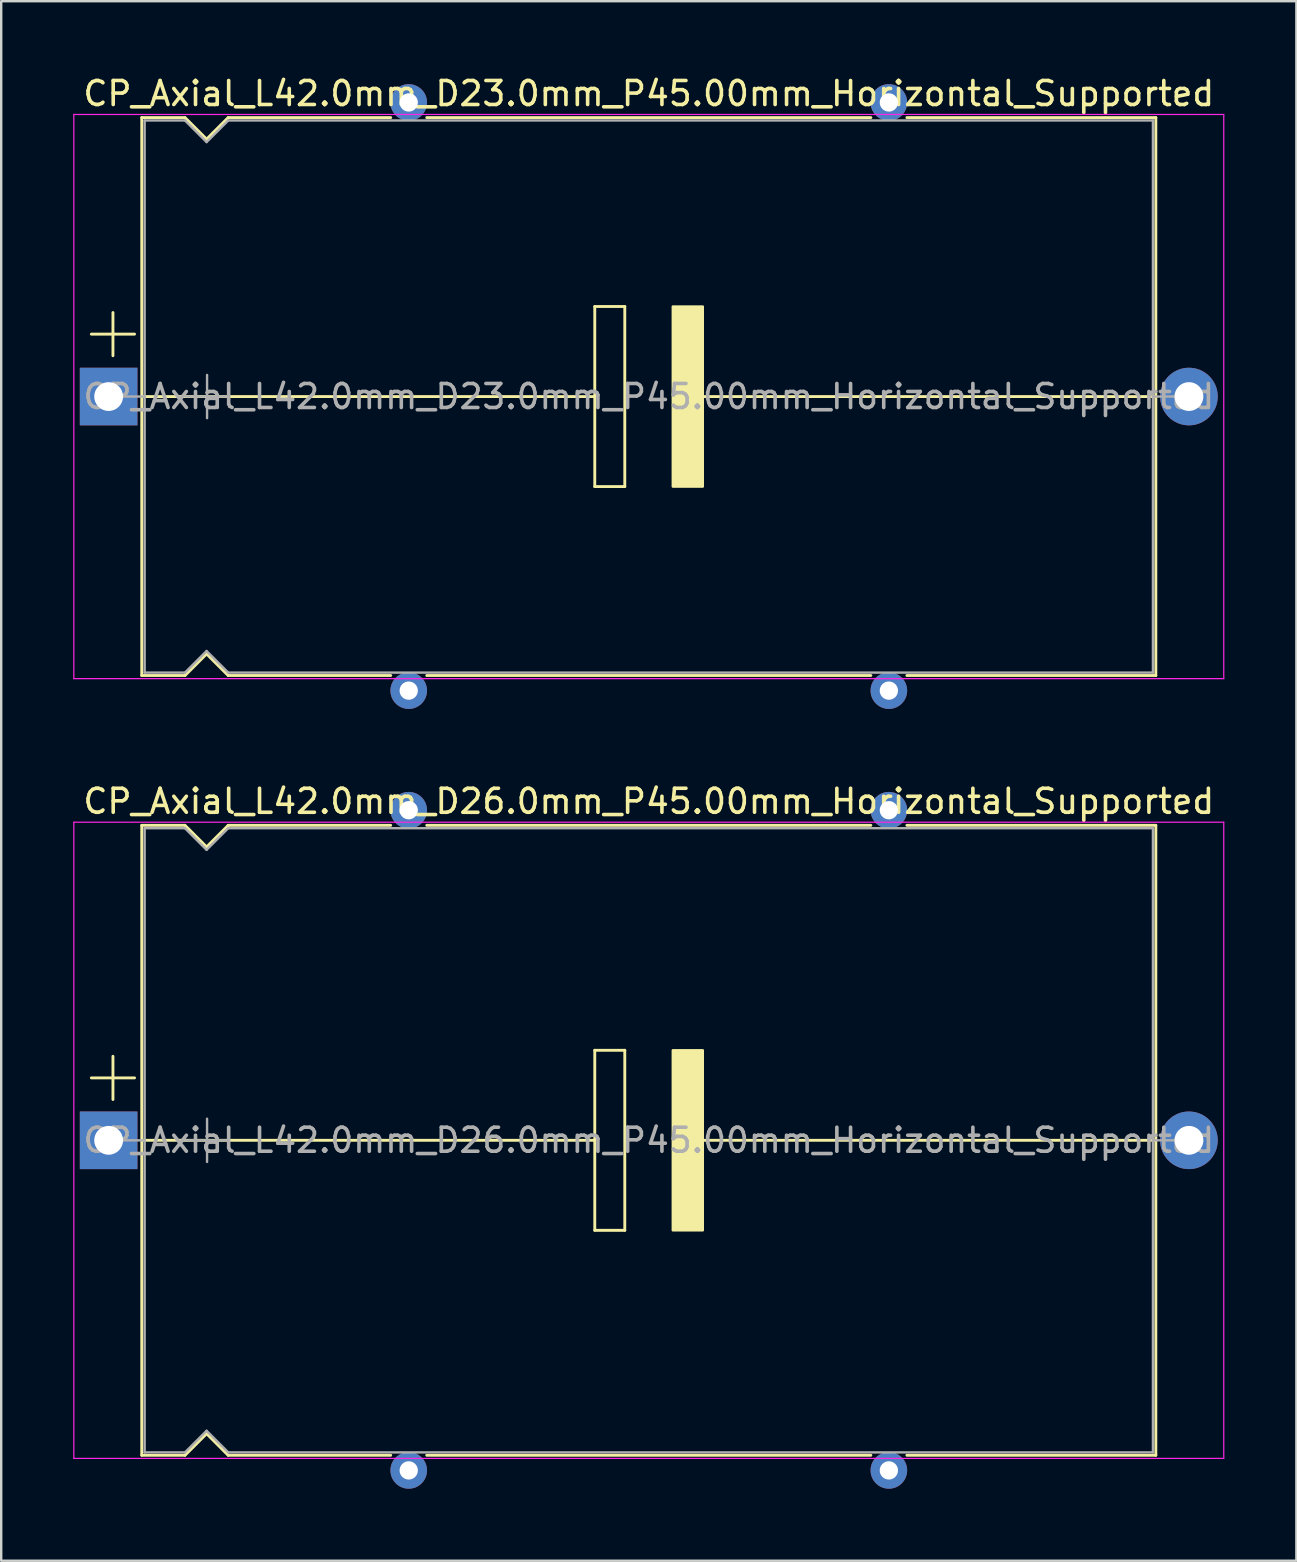
<source format=kicad_pcb>
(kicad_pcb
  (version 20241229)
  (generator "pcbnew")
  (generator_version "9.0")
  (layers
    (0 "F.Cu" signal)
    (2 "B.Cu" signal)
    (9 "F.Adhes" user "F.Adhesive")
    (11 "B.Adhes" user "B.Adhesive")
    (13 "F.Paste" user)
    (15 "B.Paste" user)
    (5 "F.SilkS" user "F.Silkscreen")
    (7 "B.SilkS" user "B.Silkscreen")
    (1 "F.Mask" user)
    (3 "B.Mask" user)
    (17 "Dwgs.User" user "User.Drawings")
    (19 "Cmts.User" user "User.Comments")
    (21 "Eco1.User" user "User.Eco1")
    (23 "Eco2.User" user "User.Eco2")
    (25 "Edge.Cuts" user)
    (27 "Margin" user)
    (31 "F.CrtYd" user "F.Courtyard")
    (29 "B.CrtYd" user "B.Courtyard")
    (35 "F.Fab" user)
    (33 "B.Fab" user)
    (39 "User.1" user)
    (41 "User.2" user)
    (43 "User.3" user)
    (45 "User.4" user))
  (footprint "CP_Axial_L42.0mm_D26.0mm_P45.00mm_Horizontal_Supported"
    (layer "F.Cu")
    (at 1.475 44.449)
    (property "Reference" "CP_Axial_L42.0mm_D26.0mm_P45.00mm_Horizontal_Supported" (at 22.5 -14.12 0) (layer "F.SilkS") (effects (font (size 1 1) (thickness 0.15))))
    (attr through_hole)
    (fp_line (start -0.72 -2.6) (end 1.08 -2.6) (stroke (width 0.12) (type solid)) (layer "F.SilkS"))
    (fp_line (start 0.18 -3.5) (end 0.18 -1.7) (stroke (width 0.12) (type solid)) (layer "F.SilkS"))
    (fp_line (start 1.38 -13.12) (end 1.38 13.12) (stroke (width 0.12) (type solid)) (layer "F.SilkS"))
    (fp_line (start 1.38 -13.12) (end 3.18 -13.12) (stroke (width 0.12) (type solid)) (layer "F.SilkS"))
    (fp_line (start 1.38 13.12) (end 3.18 13.12) (stroke (width 0.12) (type solid)) (layer "F.SilkS"))
    (fp_line (start 1.397 0) (end 20.25 0) (stroke (width 0.12) (type solid)) (layer "F.SilkS"))
    (fp_line (start 3.18 -13.12) (end 4.08 -12.22) (stroke (width 0.12) (type solid)) (layer "F.SilkS"))
    (fp_line (start 3.18 13.12) (end 4.08 12.22) (stroke (width 0.12) (type solid)) (layer "F.SilkS"))
    (fp_line (start 4.08 -12.22) (end 4.98 -13.12) (stroke (width 0.12) (type solid)) (layer "F.SilkS"))
    (fp_line (start 4.08 12.22) (end 4.98 13.12) (stroke (width 0.12) (type solid)) (layer "F.SilkS"))
    (fp_line (start 4.98 -13.12) (end 11.75 -13.12) (stroke (width 0.12) (type solid)) (layer "F.SilkS"))
    (fp_line (start 4.98 13.12) (end 11.75 13.12) (stroke (width 0.12) (type solid)) (layer "F.SilkS"))
    (fp_line (start 13.25 -13.12) (end 31.75 -13.12) (stroke (width 0.12) (type solid)) (layer "F.SilkS"))
    (fp_line (start 13.25 13.12) (end 31.75 13.12) (stroke (width 0.12) (type solid)) (layer "F.SilkS"))
    (fp_line (start 20.25 -3.75) (end 21.5 -3.75) (stroke (width 0.12) (type solid)) (layer "F.SilkS"))
    (fp_line (start 20.25 0) (end 20.25 -3.75) (stroke (width 0.12) (type solid)) (layer "F.SilkS"))
    (fp_line (start 20.25 3.75) (end 20.25 0) (stroke (width 0.12) (type solid)) (layer "F.SilkS"))
    (fp_line (start 21.5 -3.75) (end 21.5 3.75) (stroke (width 0.12) (type solid)) (layer "F.SilkS"))
    (fp_line (start 21.5 3.75) (end 20.25 3.75) (stroke (width 0.12) (type solid)) (layer "F.SilkS"))
    (fp_line (start 24.75 0) (end 43.561 0) (stroke (width 0.12) (type solid)) (layer "F.SilkS"))
    (fp_line (start 33.25 -13.12) (end 43.62 -13.12) (stroke (width 0.12) (type solid)) (layer "F.SilkS"))
    (fp_line (start 33.25 13.12) (end 43.62 13.12) (stroke (width 0.12) (type solid)) (layer "F.SilkS"))
    (fp_line (start 43.62 -13.12) (end 43.62 13.12) (stroke (width 0.12) (type solid)) (layer "F.SilkS"))
    (fp_poly (pts (xy 24.75 3.75) (xy 23.5 3.75) (xy 23.5 -3.75) (xy 24.75 -3.75)) (stroke (width 0.1) (type solid)) (fill yes) (layer "F.SilkS"))
    (fp_line (start -1.45 -13.25) (end -1.45 13.25) (stroke (width 0.05) (type solid)) (layer "F.CrtYd"))
    (fp_line (start -1.45 13.25) (end 46.45 13.25) (stroke (width 0.05) (type solid)) (layer "F.CrtYd"))
    (fp_line (start 46.45 -13.25) (end -1.45 -13.25) (stroke (width 0.05) (type solid)) (layer "F.CrtYd"))
    (fp_line (start 46.45 13.25) (end 46.45 -13.25) (stroke (width 0.05) (type solid)) (layer "F.CrtYd"))
    (fp_line (start 0 0) (end 1.5 0) (stroke (width 0.1) (type solid)) (layer "F.Fab"))
    (fp_line (start 1.5 -13) (end 1.5 13) (stroke (width 0.1) (type solid)) (layer "F.Fab"))
    (fp_line (start 1.5 -13) (end 3.18 -13) (stroke (width 0.1) (type solid)) (layer "F.Fab"))
    (fp_line (start 1.5 13) (end 3.18 13) (stroke (width 0.1) (type solid)) (layer "F.Fab"))
    (fp_line (start 3.18 -13) (end 4.08 -12.1) (stroke (width 0.1) (type solid)) (layer "F.Fab"))
    (fp_line (start 3.18 13) (end 4.08 12.1) (stroke (width 0.1) (type solid)) (layer "F.Fab"))
    (fp_line (start 3.2 0) (end 5 0) (stroke (width 0.1) (type solid)) (layer "F.Fab"))
    (fp_line (start 4.08 -12.1) (end 4.98 -13) (stroke (width 0.1) (type solid)) (layer "F.Fab"))
    (fp_line (start 4.08 12.1) (end 4.98 13) (stroke (width 0.1) (type solid)) (layer "F.Fab"))
    (fp_line (start 4.1 -0.9) (end 4.1 0.9) (stroke (width 0.1) (type solid)) (layer "F.Fab"))
    (fp_line (start 4.98 -13) (end 43.5 -13) (stroke (width 0.1) (type solid)) (layer "F.Fab"))
    (fp_line (start 4.98 13) (end 43.5 13) (stroke (width 0.1) (type solid)) (layer "F.Fab"))
    (fp_line (start 43.5 -13) (end 43.5 13) (stroke (width 0.1) (type solid)) (layer "F.Fab"))
    (fp_line (start 45 0) (end 43.5 0) (stroke (width 0.1) (type solid)) (layer "F.Fab"))
    (fp_text user "${REFERENCE}" (at 22.5 0 0) (layer "F.Fab") (effects (font (size 1 1) (thickness 0.15))))
    (pad "" thru_hole circle (at 12.5 -13.75) (size 1.524 1.524) (drill 0.762) (layers "*.Cu" "*.Mask"))
    (pad "" thru_hole circle (at 12.5 13.75) (size 1.524 1.524) (drill 0.762) (layers "*.Cu" "*.Mask"))
    (pad "" thru_hole circle (at 32.5 -13.75) (size 1.524 1.524) (drill 0.762) (layers "*.Cu" "*.Mask"))
    (pad "" thru_hole circle (at 32.5 13.75) (size 1.524 1.524) (drill 0.762) (layers "*.Cu" "*.Mask"))
    (pad "1" thru_hole rect (at 0 0) (size 2.4 2.4) (drill 1.2) (layers "*.Cu" "*.Mask"))
    (pad "2" thru_hole oval (at 45 0) (size 2.4 2.4) (drill 1.2) (layers "*.Cu" "*.Mask")))
  (footprint "CP_Axial_L42.0mm_D23.0mm_P45.00mm_Horizontal_Supported"
    (layer "F.Cu")
    (at 1.475 13.468)
    (property "Reference" "CP_Axial_L42.0mm_D23.0mm_P45.00mm_Horizontal_Supported" (at 22.5 -12.62 0) (layer "F.SilkS") (effects (font (size 1 1) (thickness 0.15))))
    (attr through_hole)
    (fp_line (start -0.72 -2.6) (end 1.08 -2.6) (stroke (width 0.12) (type solid)) (layer "F.SilkS"))
    (fp_line (start 0.18 -3.5) (end 0.18 -1.7) (stroke (width 0.12) (type solid)) (layer "F.SilkS"))
    (fp_line (start 1.38 -11.62) (end 1.38 11.62) (stroke (width 0.12) (type solid)) (layer "F.SilkS"))
    (fp_line (start 1.38 -11.62) (end 3.18 -11.62) (stroke (width 0.12) (type solid)) (layer "F.SilkS"))
    (fp_line (start 1.38 11.62) (end 3.18 11.62) (stroke (width 0.12) (type solid)) (layer "F.SilkS"))
    (fp_line (start 1.397 0) (end 20.25 0) (stroke (width 0.12) (type solid)) (layer "F.SilkS"))
    (fp_line (start 3.18 -11.62) (end 4.08 -10.72) (stroke (width 0.12) (type solid)) (layer "F.SilkS"))
    (fp_line (start 3.18 11.62) (end 4.08 10.72) (stroke (width 0.12) (type solid)) (layer "F.SilkS"))
    (fp_line (start 4.08 -10.72) (end 4.98 -11.62) (stroke (width 0.12) (type solid)) (layer "F.SilkS"))
    (fp_line (start 4.08 10.72) (end 4.98 11.62) (stroke (width 0.12) (type solid)) (layer "F.SilkS"))
    (fp_line (start 4.98 -11.62) (end 11.75 -11.62) (stroke (width 0.12) (type solid)) (layer "F.SilkS"))
    (fp_line (start 4.98 11.62) (end 11.75 11.62) (stroke (width 0.12) (type solid)) (layer "F.SilkS"))
    (fp_line (start 13.25 -11.62) (end 31.75 -11.62) (stroke (width 0.12) (type solid)) (layer "F.SilkS"))
    (fp_line (start 13.25 11.62) (end 31.75 11.62) (stroke (width 0.12) (type solid)) (layer "F.SilkS"))
    (fp_line (start 20.25 -3.75) (end 21.5 -3.75) (stroke (width 0.12) (type solid)) (layer "F.SilkS"))
    (fp_line (start 20.25 0) (end 20.25 -3.75) (stroke (width 0.12) (type solid)) (layer "F.SilkS"))
    (fp_line (start 20.25 3.75) (end 20.25 0) (stroke (width 0.12) (type solid)) (layer "F.SilkS"))
    (fp_line (start 21.5 -3.75) (end 21.5 3.75) (stroke (width 0.12) (type solid)) (layer "F.SilkS"))
    (fp_line (start 21.5 3.75) (end 20.25 3.75) (stroke (width 0.12) (type solid)) (layer "F.SilkS"))
    (fp_line (start 24.75 0) (end 43.561 0) (stroke (width 0.12) (type solid)) (layer "F.SilkS"))
    (fp_line (start 33.25 -11.62) (end 43.62 -11.62) (stroke (width 0.12) (type solid)) (layer "F.SilkS"))
    (fp_line (start 33.25 11.62) (end 43.62 11.62) (stroke (width 0.12) (type solid)) (layer "F.SilkS"))
    (fp_line (start 43.62 -11.62) (end 43.62 11.62) (stroke (width 0.12) (type solid)) (layer "F.SilkS"))
    (fp_poly (pts (xy 24.75 3.75) (xy 23.5 3.75) (xy 23.5 -3.75) (xy 24.75 -3.75)) (stroke (width 0.1) (type solid)) (fill yes) (layer "F.SilkS"))
    (fp_line (start -1.45 -11.75) (end -1.45 11.75) (stroke (width 0.05) (type solid)) (layer "F.CrtYd"))
    (fp_line (start -1.45 11.75) (end 46.45 11.75) (stroke (width 0.05) (type solid)) (layer "F.CrtYd"))
    (fp_line (start 46.45 -11.75) (end -1.45 -11.75) (stroke (width 0.05) (type solid)) (layer "F.CrtYd"))
    (fp_line (start 46.45 11.75) (end 46.45 -11.75) (stroke (width 0.05) (type solid)) (layer "F.CrtYd"))
    (fp_line (start 0 0) (end 1.5 0) (stroke (width 0.1) (type solid)) (layer "F.Fab"))
    (fp_line (start 1.5 -11.5) (end 1.5 11.5) (stroke (width 0.1) (type solid)) (layer "F.Fab"))
    (fp_line (start 1.5 -11.5) (end 3.18 -11.5) (stroke (width 0.1) (type solid)) (layer "F.Fab"))
    (fp_line (start 1.5 11.5) (end 3.18 11.5) (stroke (width 0.1) (type solid)) (layer "F.Fab"))
    (fp_line (start 3.18 -11.5) (end 4.08 -10.6) (stroke (width 0.1) (type solid)) (layer "F.Fab"))
    (fp_line (start 3.18 11.5) (end 4.08 10.6) (stroke (width 0.1) (type solid)) (layer "F.Fab"))
    (fp_line (start 3.2 0) (end 5 0) (stroke (width 0.1) (type solid)) (layer "F.Fab"))
    (fp_line (start 4.08 -10.6) (end 4.98 -11.5) (stroke (width 0.1) (type solid)) (layer "F.Fab"))
    (fp_line (start 4.08 10.6) (end 4.98 11.5) (stroke (width 0.1) (type solid)) (layer "F.Fab"))
    (fp_line (start 4.1 -0.9) (end 4.1 0.9) (stroke (width 0.1) (type solid)) (layer "F.Fab"))
    (fp_line (start 4.98 -11.5) (end 43.5 -11.5) (stroke (width 0.1) (type solid)) (layer "F.Fab"))
    (fp_line (start 4.98 11.5) (end 43.5 11.5) (stroke (width 0.1) (type solid)) (layer "F.Fab"))
    (fp_line (start 43.5 -11.5) (end 43.5 11.5) (stroke (width 0.1) (type solid)) (layer "F.Fab"))
    (fp_line (start 45 0) (end 43.5 0) (stroke (width 0.1) (type solid)) (layer "F.Fab"))
    (fp_text user "${REFERENCE}" (at 22.5 0 0) (layer "F.Fab") (effects (font (size 1 1) (thickness 0.15))))
    (pad "" thru_hole circle (at 12.5 -12.25) (size 1.524 1.524) (drill 0.762) (layers "*.Cu" "*.Mask"))
    (pad "" thru_hole circle (at 12.5 12.25) (size 1.524 1.524) (drill 0.762) (layers "*.Cu" "*.Mask"))
    (pad "" thru_hole circle (at 32.5 -12.25) (size 1.524 1.524) (drill 0.762) (layers "*.Cu" "*.Mask"))
    (pad "" thru_hole circle (at 32.5 12.25) (size 1.524 1.524) (drill 0.762) (layers "*.Cu" "*.Mask"))
    (pad "1" thru_hole rect (at 0 0) (size 2.4 2.4) (drill 1.2) (layers "*.Cu" "*.Mask"))
    (pad "2" thru_hole oval (at 45 0) (size 2.4 2.4) (drill 1.2) (layers "*.Cu" "*.Mask")))
  (gr_rect
    (start -3 -3)
    (end 50.95 61.961)
    (stroke (width 0.1) (type default))
    (fill no)
    (layer "Edge.Cuts")))
</source>
